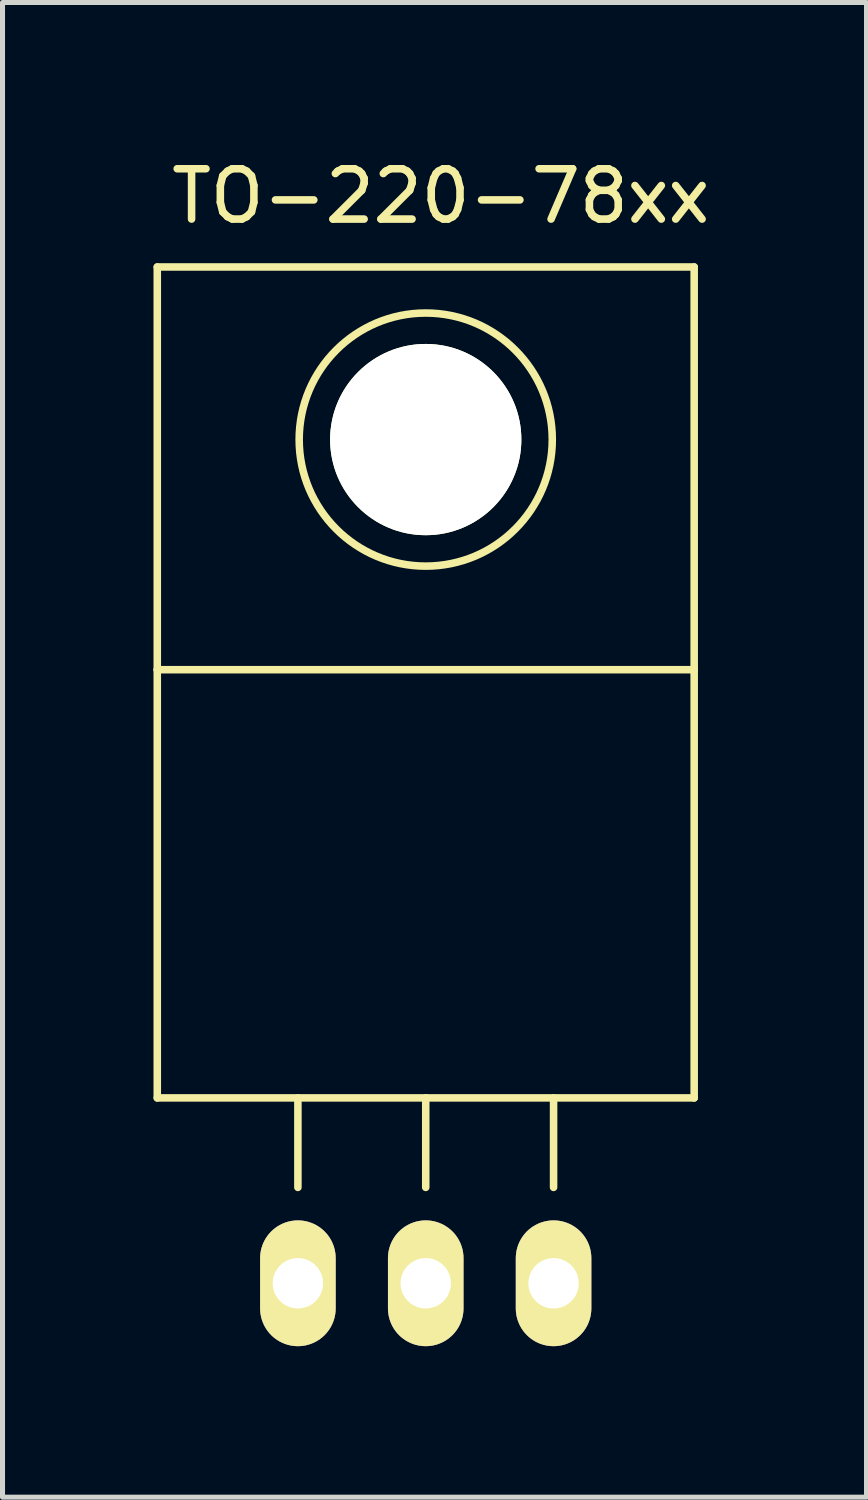
<source format=kicad_pcb>
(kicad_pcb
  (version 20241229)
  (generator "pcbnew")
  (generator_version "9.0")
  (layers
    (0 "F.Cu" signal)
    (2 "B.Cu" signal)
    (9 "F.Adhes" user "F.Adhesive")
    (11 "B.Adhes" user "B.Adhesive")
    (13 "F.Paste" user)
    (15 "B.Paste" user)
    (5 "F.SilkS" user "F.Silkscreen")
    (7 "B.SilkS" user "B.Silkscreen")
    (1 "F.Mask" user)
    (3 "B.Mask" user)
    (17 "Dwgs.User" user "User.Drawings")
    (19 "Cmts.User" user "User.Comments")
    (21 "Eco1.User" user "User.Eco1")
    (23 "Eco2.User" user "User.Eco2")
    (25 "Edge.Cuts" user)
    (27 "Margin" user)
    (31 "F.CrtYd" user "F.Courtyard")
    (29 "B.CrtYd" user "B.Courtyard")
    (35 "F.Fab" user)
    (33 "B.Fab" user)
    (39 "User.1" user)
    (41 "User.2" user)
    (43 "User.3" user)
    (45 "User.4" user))
  (footprint "TO-220-78xx"
    (layer "F.Cu")
    (at 5.409 22.448)
    (property "Reference" "TO-220-78xx" (at 0.3 -21.6 0) (layer "F.SilkS") (effects (font (size 1 1) (thickness 0.15))))
    (attr through_hole)
    (fp_line (start -5.334 -20.193) (end -5.334 -12.192) (stroke (width 0.15) (type solid)) (layer "F.SilkS"))
    (fp_line (start -5.334 -12.192) (end -5.334 -3.683) (stroke (width 0.15) (type solid)) (layer "F.SilkS"))
    (fp_line (start -2.54 -3.683) (end -2.54 -1.905) (stroke (width 0.15) (type solid)) (layer "F.SilkS"))
    (fp_line (start 0 -3.683) (end -5.334 -3.683) (stroke (width 0.15) (type solid)) (layer "F.SilkS"))
    (fp_line (start 0 -3.683) (end 0 -1.905) (stroke (width 0.15) (type solid)) (layer "F.SilkS"))
    (fp_line (start 0 -3.683) (end 5.334 -3.683) (stroke (width 0.15) (type solid)) (layer "F.SilkS"))
    (fp_line (start 2.54 -3.683) (end 2.54 -1.905) (stroke (width 0.15) (type solid)) (layer "F.SilkS"))
    (fp_line (start 5.334 -20.193) (end -5.334 -20.193) (stroke (width 0.15) (type solid)) (layer "F.SilkS"))
    (fp_line (start 5.334 -12.192) (end -5.334 -12.192) (stroke (width 0.15) (type solid)) (layer "F.SilkS"))
    (fp_line (start 5.334 -12.192) (end 5.334 -20.193) (stroke (width 0.15) (type solid)) (layer "F.SilkS"))
    (fp_line (start 5.334 -3.683) (end 5.334 -12.192) (stroke (width 0.15) (type solid)) (layer "F.SilkS"))
    (fp_circle (center 0 -16.764) (end 1.778 -14.986) (stroke (width 0.15) (type solid)) (fill no) (layer "F.SilkS"))
    (pad "" np_thru_hole circle (at 0 -16.764 90) (size 3.8 3.8) (drill 3.8) (layers "*.Cu" "*.Mask" "F.SilkS"))
    (pad "GND" thru_hole oval (at 0 0 90) (size 2.499 1.501) (drill 1.001) (layers "*.Cu" "*.Mask" "F.SilkS"))
    (pad "VI" thru_hole oval (at -2.54 0 90) (size 2.499 1.501) (drill 1.001) (layers "*.Cu" "*.Mask" "F.SilkS"))
    (pad "VO" thru_hole oval (at 2.54 0 90) (size 2.499 1.501) (drill 1.001) (layers "*.Cu" "*.Mask" "F.SilkS")))
  (gr_rect
    (start -3 -3)
    (end 14.167 26.698)
    (stroke (width 0.1) (type default))
    (fill no)
    (layer "Edge.Cuts")))
</source>
